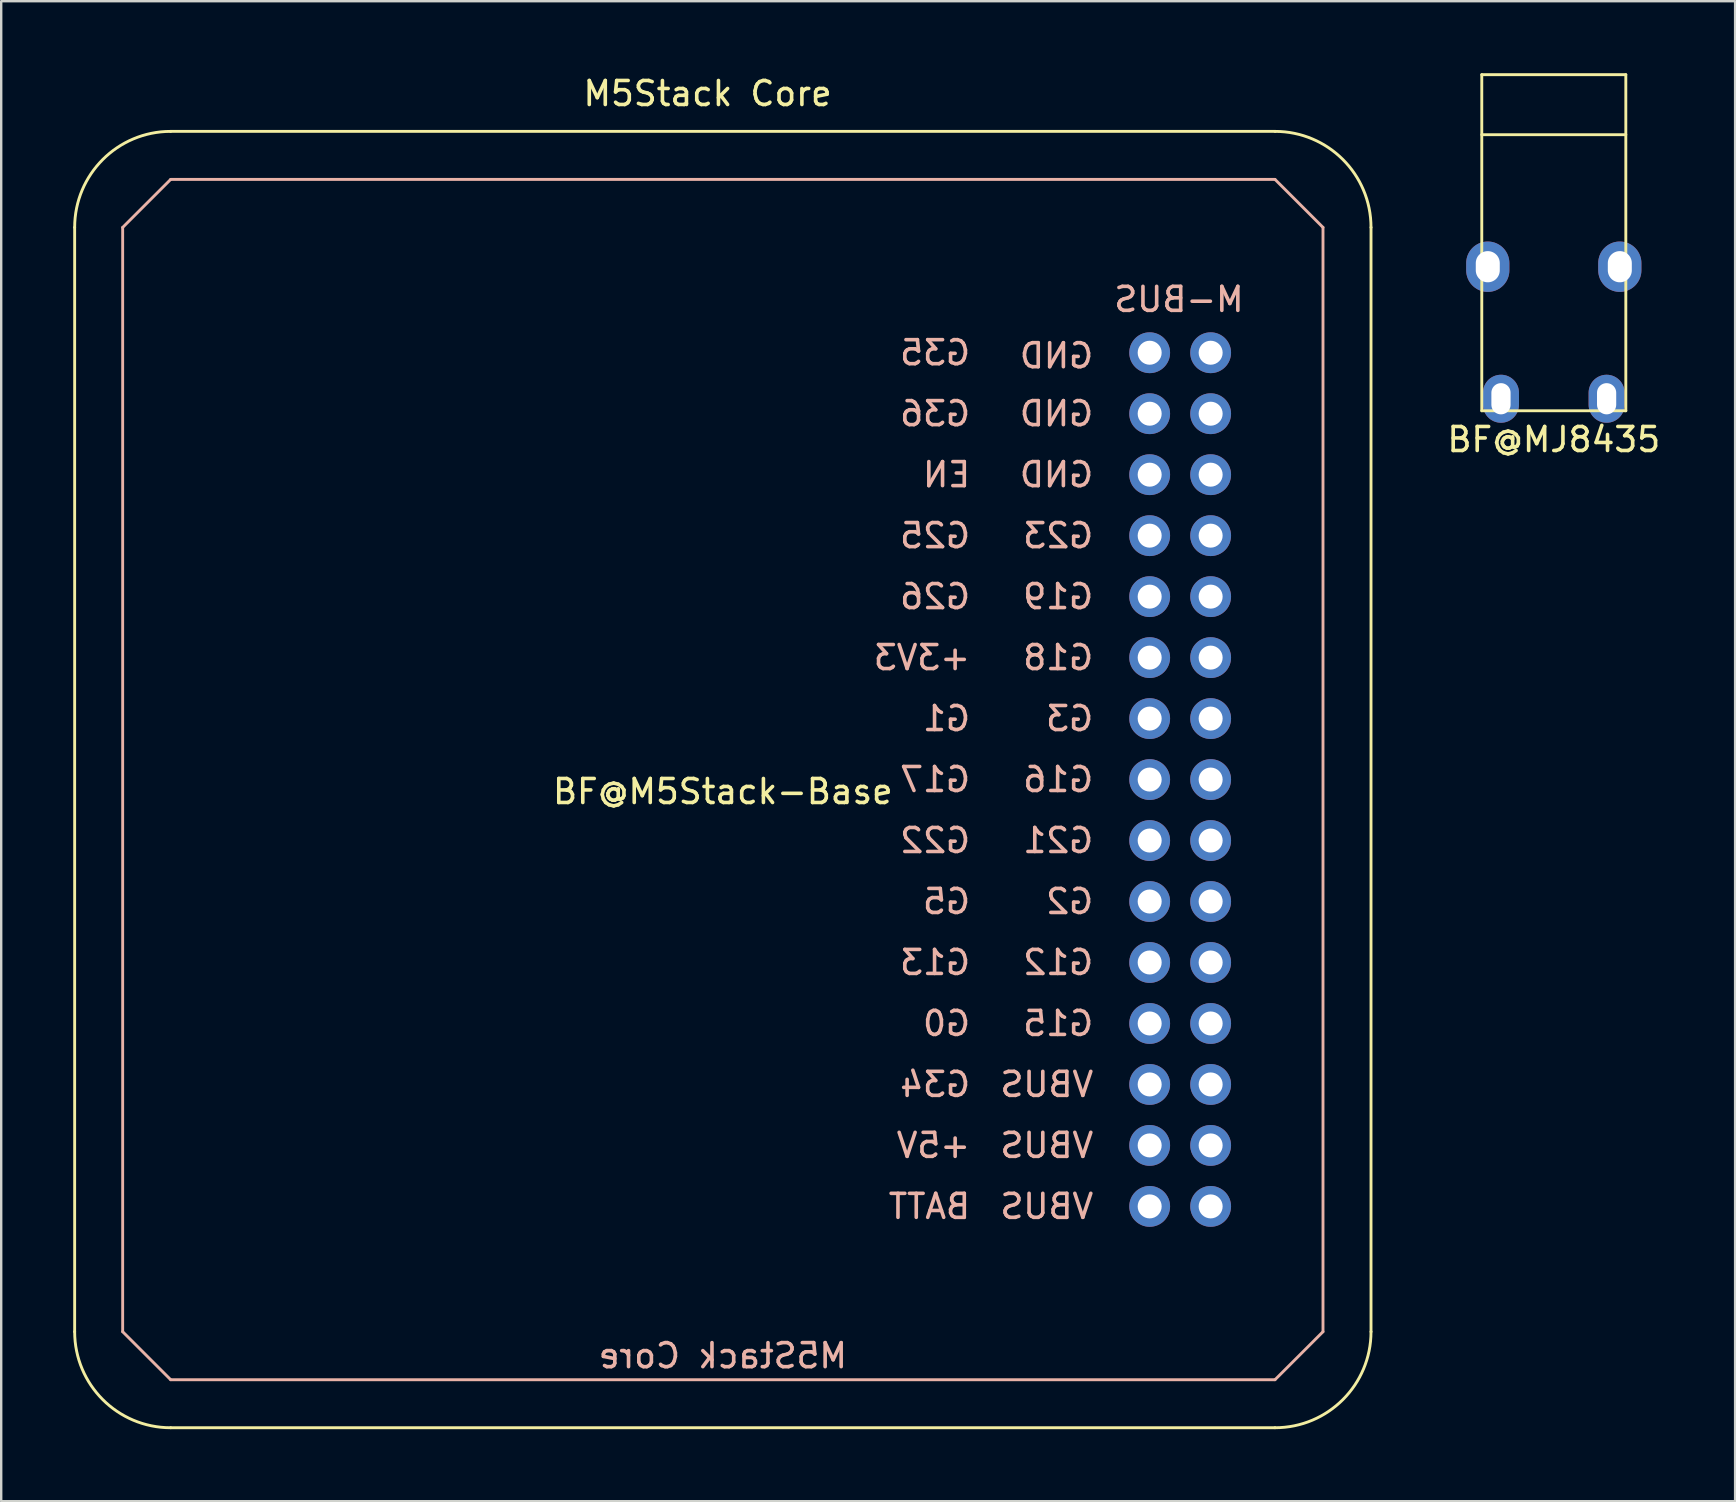
<source format=kicad_pcb>
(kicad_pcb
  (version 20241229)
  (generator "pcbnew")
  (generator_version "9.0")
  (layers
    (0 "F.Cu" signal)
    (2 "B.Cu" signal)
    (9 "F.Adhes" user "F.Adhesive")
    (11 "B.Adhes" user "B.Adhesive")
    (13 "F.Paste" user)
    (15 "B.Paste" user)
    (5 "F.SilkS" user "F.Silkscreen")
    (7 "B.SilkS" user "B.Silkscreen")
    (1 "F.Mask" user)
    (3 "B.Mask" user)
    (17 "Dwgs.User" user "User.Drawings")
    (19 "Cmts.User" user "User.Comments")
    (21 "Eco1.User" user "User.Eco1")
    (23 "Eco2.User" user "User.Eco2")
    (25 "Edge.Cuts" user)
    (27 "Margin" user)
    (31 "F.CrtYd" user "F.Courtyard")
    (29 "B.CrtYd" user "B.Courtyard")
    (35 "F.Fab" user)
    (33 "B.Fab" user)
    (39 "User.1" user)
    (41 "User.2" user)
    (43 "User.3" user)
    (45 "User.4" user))
  (footprint "BF@MJ8435"
    (layer "F.Cu")
    (at 61.674 2.56)
    (property "Reference" "BF@MJ8435" (at 0 12.7 0) (layer "F.SilkS") (effects (font (size 1 1) (thickness 0.15))))
    (attr through_hole)
    (fp_line (start -3 -2.5) (end 3 -2.5) (stroke (width 0.12) (type solid)) (layer "F.SilkS"))
    (fp_line (start -3 0) (end 3 0) (stroke (width 0.12) (type solid)) (layer "F.SilkS"))
    (fp_line (start -3 11.5) (end -3 -2.5) (stroke (width 0.12) (type solid)) (layer "F.SilkS"))
    (fp_line (start 3 -2.5) (end 3 11.5) (stroke (width 0.12) (type solid)) (layer "F.SilkS"))
    (fp_line (start 3 11.5) (end -3 11.5) (stroke (width 0.12) (type solid)) (layer "F.SilkS"))
    (pad "R" thru_hole oval (at 2.2 11) (size 1.5 2) (drill oval 0.8 1.3) (layers "*.Cu" "*.Mask"))
    (pad "S" thru_hole oval (at -2.2 11) (size 1.5 2) (drill oval 0.8 1.3) (layers "*.Cu" "*.Mask"))
    (pad "T" thru_hole oval (at -2.75 5.5) (size 1.8 2.1) (drill oval 1 1.3) (layers "*.Cu" "*.Mask"))
    (pad "T" thru_hole oval (at 2.75 5.5) (size 1.8 2.1) (drill oval 1 1.3) (layers "*.Cu" "*.Mask")))
  (footprint "BF@M5Stack-Base"
    (layer "F.Cu")
    (at 27.06 29.423)
    (property "Reference" "BF@M5Stack-Base" (at 0 0.5 0) (layer "F.SilkS") (effects (font (size 1 1) (thickness 0.15))))
    (attr through_hole)
    (fp_line (start -27 23) (end -27 -23) (stroke (width 0.12) (type solid)) (layer "F.SilkS"))
    (fp_line (start -23 -27) (end 23 -27) (stroke (width 0.12) (type solid)) (layer "F.SilkS"))
    (fp_line (start 23 27) (end -23 27) (stroke (width 0.12) (type solid)) (layer "F.SilkS"))
    (fp_line (start 27 -23) (end 27 23) (stroke (width 0.12) (type solid)) (layer "F.SilkS"))
    (fp_arc (start -27 -23) (mid -25.828427 -25.828427) (end -23 -27) (stroke (width 0.12) (type solid)) (layer "F.SilkS"))
    (fp_arc (start -23 27) (mid -25.828427 25.828427) (end -27 23) (stroke (width 0.12) (type solid)) (layer "F.SilkS"))
    (fp_arc (start 23 -27) (mid 25.828427 -25.828427) (end 27 -23) (stroke (width 0.12) (type solid)) (layer "F.SilkS"))
    (fp_arc (start 27 23) (mid 25.828427 25.828427) (end 23 27) (stroke (width 0.12) (type solid)) (layer "F.SilkS"))
    (fp_line (start -25 -23) (end -25 23) (stroke (width 0.12) (type solid)) (layer "B.SilkS"))
    (fp_line (start -25 23) (end -23 25) (stroke (width 0.12) (type solid)) (layer "B.SilkS"))
    (fp_line (start -23 -25) (end -25 -23) (stroke (width 0.12) (type solid)) (layer "B.SilkS"))
    (fp_line (start -23 25) (end 23 25) (stroke (width 0.12) (type solid)) (layer "B.SilkS"))
    (fp_line (start 23 -25) (end -23 -25) (stroke (width 0.12) (type solid)) (layer "B.SilkS"))
    (fp_line (start 23 -25) (end 25 -23) (stroke (width 0.12) (type solid)) (layer "B.SilkS"))
    (fp_line (start 23 25) (end 25 23) (stroke (width 0.12) (type solid)) (layer "B.SilkS"))
    (fp_line (start 25 23) (end 25 -23) (stroke (width 0.12) (type solid)) (layer "B.SilkS"))
    (fp_text user "M5Stack Core" (at -0.635 -28.575 0) (layer "F.SilkS") (effects (font (size 1 1) (thickness 0.15))))
    (fp_text user "GND" (at 13.9 -17.653 0) (layer "B.SilkS") (effects (font (size 1 1) (thickness 0.15)) (justify mirror)))
    (fp_text user "G26" (at 8.843 -7.62 0) (layer "B.SilkS") (effects (font (size 1 1) (thickness 0.15)) (justify mirror)))
    (fp_text user "BATT" (at 8.605 17.78 0) (layer "B.SilkS") (effects (font (size 1 1) (thickness 0.15)) (justify mirror)))
    (fp_text user "G35" (at 8.843 -17.78 0) (layer "B.SilkS") (effects (font (size 1 1) (thickness 0.15)) (justify mirror)))
    (fp_text user "G36" (at 8.843 -15.24 0) (layer "B.SilkS") (effects (font (size 1 1) (thickness 0.15)) (justify mirror)))
    (fp_text user "G25" (at 8.843 -10.16 0) (layer "B.SilkS") (effects (font (size 1 1) (thickness 0.15)) (justify mirror)))
    (fp_text user "G21" (at 13.971 2.54 0) (layer "B.SilkS") (effects (font (size 1 1) (thickness 0.15)) (justify mirror)))
    (fp_text user "GND" (at 13.9 -12.7 0) (layer "B.SilkS") (effects (font (size 1 1) (thickness 0.15)) (justify mirror)))
    (fp_text user "G22" (at 8.843 2.54 0) (layer "B.SilkS") (effects (font (size 1 1) (thickness 0.15)) (justify mirror)))
    (fp_text user "G15" (at 13.971 10.16 0) (layer "B.SilkS") (effects (font (size 1 1) (thickness 0.15)) (justify mirror)))
    (fp_text user "G16" (at 13.971 0 0) (layer "B.SilkS") (effects (font (size 1 1) (thickness 0.15)) (justify mirror)))
    (fp_text user "G1" (at 9.319 -2.54 0) (layer "B.SilkS") (effects (font (size 1 1) (thickness 0.15)) (justify mirror)))
    (fp_text user "G2" (at 14.447 5.08 0) (layer "B.SilkS") (effects (font (size 1 1) (thickness 0.15)) (justify mirror)))
    (fp_text user "M-BUS" (at 19 -20 0) (layer "B.SilkS") (effects (font (size 1 1) (thickness 0.15)) (justify mirror)))
    (fp_text user "G3" (at 14.447 -2.54 0) (layer "B.SilkS") (effects (font (size 1 1) (thickness 0.15)) (justify mirror)))
    (fp_text user "+5V" (at 8.772 15.24 0) (layer "B.SilkS") (effects (font (size 1 1) (thickness 0.15)) (justify mirror)))
    (fp_text user "G0" (at 9.319 10.16 0) (layer "B.SilkS") (effects (font (size 1 1) (thickness 0.15)) (justify mirror)))
    (fp_text user "G13" (at 8.843 7.62 0) (layer "B.SilkS") (effects (font (size 1 1) (thickness 0.15)) (justify mirror)))
    (fp_text user "+3V3" (at 8.295 -5.08 0) (layer "B.SilkS") (effects (font (size 1 1) (thickness 0.15)) (justify mirror)))
    (fp_text user "G5" (at 9.319 5.08 0) (layer "B.SilkS") (effects (font (size 1 1) (thickness 0.15)) (justify mirror)))
    (fp_text user "M5Stack Core" (at 0 24 0) (layer "B.SilkS") (effects (font (size 1 1) (thickness 0.15)) (justify mirror)))
    (fp_text user "VBUS" (at 13.495 17.78 0) (layer "B.SilkS") (effects (font (size 1 1) (thickness 0.15)) (justify mirror)))
    (fp_text user "G23" (at 13.971 -10.16 0) (layer "B.SilkS") (effects (font (size 1 1) (thickness 0.15)) (justify mirror)))
    (fp_text user "VBUS" (at 13.495 12.7 0) (layer "B.SilkS") (effects (font (size 1 1) (thickness 0.15)) (justify mirror)))
    (fp_text user "G18" (at 13.971 -5.08 0) (layer "B.SilkS") (effects (font (size 1 1) (thickness 0.15)) (justify mirror)))
    (fp_text user "EN" (at 9.319 -12.7 0) (layer "B.SilkS") (effects (font (size 1 1) (thickness 0.15)) (justify mirror)))
    (fp_text user "VBUS" (at 13.495 15.24 0) (layer "B.SilkS") (effects (font (size 1 1) (thickness 0.15)) (justify mirror)))
    (fp_text user "G17" (at 8.843 0 0) (layer "B.SilkS") (effects (font (size 1 1) (thickness 0.15)) (justify mirror)))
    (fp_text user "G34" (at 8.843 12.7 0) (layer "B.SilkS") (effects (font (size 1 1) (thickness 0.15)) (justify mirror)))
    (fp_text user "G19" (at 13.971 -7.62 0) (layer "B.SilkS") (effects (font (size 1 1) (thickness 0.15)) (justify mirror)))
    (fp_text user "GND" (at 13.9 -15.24 0) (layer "B.SilkS") (effects (font (size 1 1) (thickness 0.15)) (justify mirror)))
    (fp_text user "G12" (at 13.971 7.62 0) (layer "B.SilkS") (effects (font (size 1 1) (thickness 0.15)) (justify mirror)))
    (pad "1" thru_hole circle (at 20.32 -17.78) (size 1.7 1.7) (drill 1) (layers "*.Cu" "*.Mask"))
    (pad "2" thru_hole circle (at 17.78 -17.78) (size 1.7 1.7) (drill 1) (layers "*.Cu" "*.Mask"))
    (pad "3" thru_hole circle (at 20.32 -15.24) (size 1.7 1.7) (drill 1) (layers "*.Cu" "*.Mask"))
    (pad "4" thru_hole circle (at 17.78 -15.24) (size 1.7 1.7) (drill 1) (layers "*.Cu" "*.Mask"))
    (pad "5" thru_hole circle (at 20.32 -12.7) (size 1.7 1.7) (drill 1) (layers "*.Cu" "*.Mask"))
    (pad "6" thru_hole circle (at 17.78 -12.7) (size 1.7 1.7) (drill 1) (layers "*.Cu" "*.Mask"))
    (pad "7" thru_hole circle (at 20.32 -10.16) (size 1.7 1.7) (drill 1) (layers "*.Cu" "*.Mask"))
    (pad "8" thru_hole circle (at 17.78 -10.16) (size 1.7 1.7) (drill 1) (layers "*.Cu" "*.Mask"))
    (pad "9" thru_hole circle (at 20.32 -7.62) (size 1.7 1.7) (drill 1) (layers "*.Cu" "*.Mask"))
    (pad "10" thru_hole circle (at 17.78 -7.62) (size 1.7 1.7) (drill 1) (layers "*.Cu" "*.Mask"))
    (pad "11" thru_hole circle (at 20.32 -5.08) (size 1.7 1.7) (drill 1) (layers "*.Cu" "*.Mask"))
    (pad "12" thru_hole circle (at 17.78 -5.08) (size 1.7 1.7) (drill 1) (layers "*.Cu" "*.Mask"))
    (pad "13" thru_hole circle (at 20.32 -2.54) (size 1.7 1.7) (drill 1) (layers "*.Cu" "*.Mask"))
    (pad "14" thru_hole circle (at 17.78 -2.54) (size 1.7 1.7) (drill 1) (layers "*.Cu" "*.Mask"))
    (pad "15" thru_hole circle (at 20.32 0) (size 1.7 1.7) (drill 1) (layers "*.Cu" "*.Mask"))
    (pad "16" thru_hole circle (at 17.78 0) (size 1.7 1.7) (drill 1) (layers "*.Cu" "*.Mask"))
    (pad "17" thru_hole circle (at 20.32 2.54) (size 1.7 1.7) (drill 1) (layers "*.Cu" "*.Mask"))
    (pad "18" thru_hole circle (at 17.78 2.54) (size 1.7 1.7) (drill 1) (layers "*.Cu" "*.Mask"))
    (pad "19" thru_hole circle (at 20.32 5.08) (size 1.7 1.7) (drill 1) (layers "*.Cu" "*.Mask"))
    (pad "20" thru_hole circle (at 17.78 5.08) (size 1.7 1.7) (drill 1) (layers "*.Cu" "*.Mask"))
    (pad "21" thru_hole circle (at 20.32 7.62) (size 1.7 1.7) (drill 1) (layers "*.Cu" "*.Mask"))
    (pad "22" thru_hole circle (at 17.78 7.62) (size 1.7 1.7) (drill 1) (layers "*.Cu" "*.Mask"))
    (pad "23" thru_hole circle (at 20.32 10.16) (size 1.7 1.7) (drill 1) (layers "*.Cu" "*.Mask"))
    (pad "24" thru_hole circle (at 17.78 10.16) (size 1.7 1.7) (drill 1) (layers "*.Cu" "*.Mask"))
    (pad "25" thru_hole circle (at 20.32 12.7) (size 1.7 1.7) (drill 1) (layers "*.Cu" "*.Mask"))
    (pad "26" thru_hole circle (at 17.78 12.7) (size 1.7 1.7) (drill 1) (layers "*.Cu" "*.Mask"))
    (pad "27" thru_hole circle (at 20.32 15.24) (size 1.7 1.7) (drill 1) (layers "*.Cu" "*.Mask"))
    (pad "28" thru_hole circle (at 17.78 15.24) (size 1.7 1.7) (drill 1) (layers "*.Cu" "*.Mask"))
    (pad "29" thru_hole circle (at 20.32 17.78) (size 1.7 1.7) (drill 1) (layers "*.Cu" "*.Mask"))
    (pad "30" thru_hole circle (at 17.78 17.78) (size 1.7 1.7) (drill 1) (layers "*.Cu" "*.Mask")))
  (gr_rect
    (start -3 -3)
    (end 69.227 59.483)
    (stroke (width 0.1) (type default))
    (fill no)
    (layer "Edge.Cuts")))
</source>
